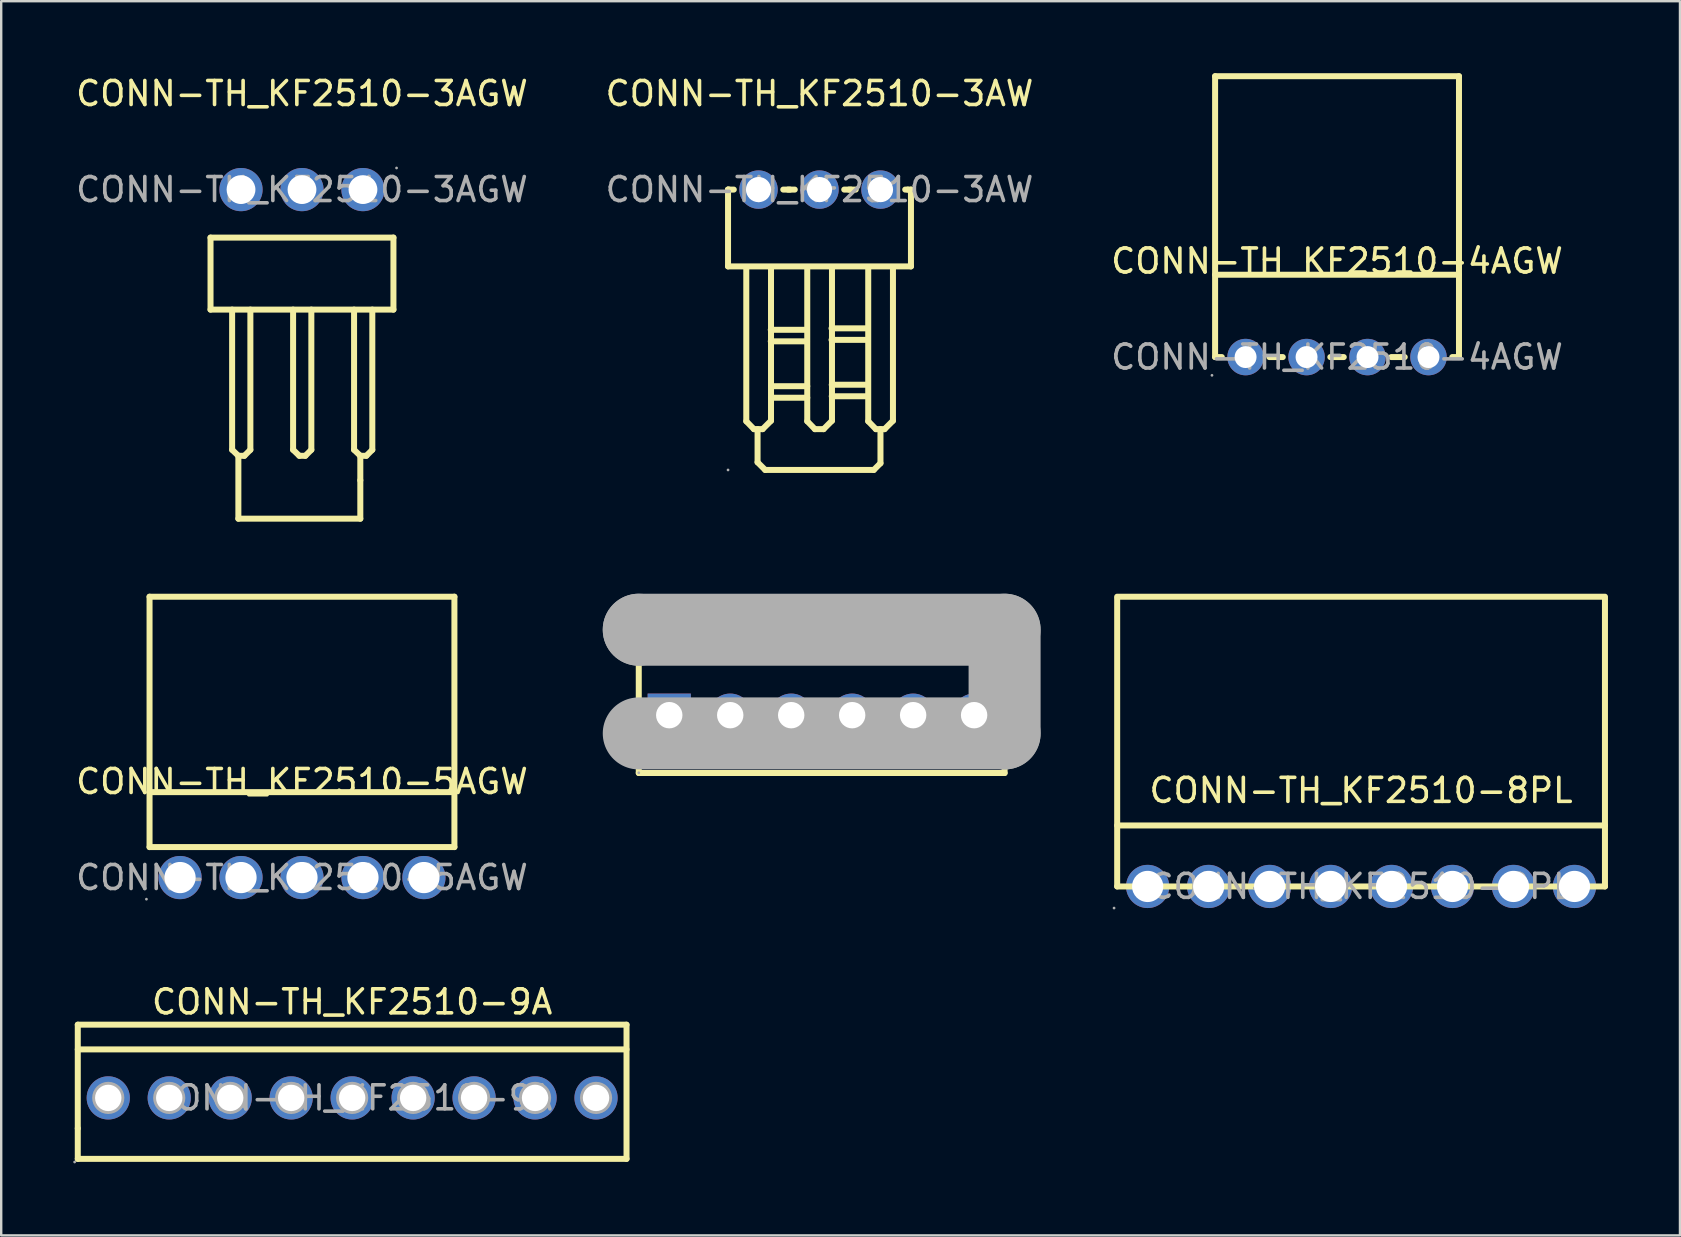
<source format=kicad_pcb>
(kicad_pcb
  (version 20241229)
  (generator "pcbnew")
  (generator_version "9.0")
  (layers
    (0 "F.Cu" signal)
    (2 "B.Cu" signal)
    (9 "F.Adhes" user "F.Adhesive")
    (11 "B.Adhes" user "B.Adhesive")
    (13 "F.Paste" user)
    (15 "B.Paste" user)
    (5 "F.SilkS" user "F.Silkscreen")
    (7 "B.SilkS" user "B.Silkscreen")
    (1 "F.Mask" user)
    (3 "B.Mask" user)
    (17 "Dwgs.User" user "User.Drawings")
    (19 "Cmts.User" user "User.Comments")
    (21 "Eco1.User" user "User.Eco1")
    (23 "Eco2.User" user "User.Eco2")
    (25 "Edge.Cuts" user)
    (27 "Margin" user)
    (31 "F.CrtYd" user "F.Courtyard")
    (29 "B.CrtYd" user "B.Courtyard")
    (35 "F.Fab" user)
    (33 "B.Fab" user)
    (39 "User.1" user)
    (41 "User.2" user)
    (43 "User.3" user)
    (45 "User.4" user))
  (footprint "CONN-TH_KF2510-6A"
    (layer "F.Cu")
    (at 31.18 26.743)
    (property "Reference" "CONN-TH_KF2510-6A" (at 0 -4 0) (layer "F.SilkS") (effects (font (size 1 1) (thickness 0.15))))
    (attr through_hole)
    (fp_line (start -7.62 -3.56) (end -7.62 0.76) (stroke (width 0.25) (type solid)) (layer "F.SilkS"))
    (fp_line (start -7.62 0.76) (end -7.62 2.41) (stroke (width 0.25) (type solid)) (layer "F.SilkS"))
    (fp_line (start -7.62 2.41) (end 7.62 2.41) (stroke (width 0.25) (type solid)) (layer "F.SilkS"))
    (fp_line (start 7.62 -3.56) (end -7.62 -3.56) (stroke (width 0.25) (type solid)) (layer "F.SilkS"))
    (fp_line (start 7.62 2.41) (end 7.62 -3.56) (stroke (width 0.25) (type solid)) (layer "F.SilkS"))
    (fp_line (start -7.62 -3.56) (end -7.62 -3.56) (stroke (width 3) (type solid)) (layer "F.Fab"))
    (fp_line (start -7.62 -3.56) (end 7.62 -3.56) (stroke (width 3) (type solid)) (layer "F.Fab"))
    (fp_line (start 7.62 -3.56) (end 7.62 0.76) (stroke (width 3) (type solid)) (layer "F.Fab"))
    (fp_line (start 7.62 0.76) (end -7.62 0.76) (stroke (width 3) (type solid)) (layer "F.Fab"))
    (fp_circle (center -7.62 2.4) (end -7.59 2.4) (stroke (width 0.06) (type solid)) (fill no) (layer "F.Fab"))
    (fp_text user "${REFERENCE}" (at 0 0 0) (layer "F.Fab") (effects (font (size 1 1) (thickness 0.15))))
    (pad "1" thru_hole rect (at -6.35 0 90) (size 1.8 1.8) (drill 1.1) (layers "*.Cu" "*.Paste" "*.Mask"))
    (pad "2" thru_hole circle (at -3.81 0 90) (size 1.8 1.8) (drill 1.1) (layers "*.Cu" "*.Paste" "*.Mask"))
    (pad "3" thru_hole circle (at -1.27 0 90) (size 1.8 1.8) (drill 1.1) (layers "*.Cu" "*.Paste" "*.Mask"))
    (pad "4" thru_hole circle (at 1.27 0 90) (size 1.8 1.8) (drill 1.1) (layers "*.Cu" "*.Paste" "*.Mask"))
    (pad "5" thru_hole circle (at 3.81 0 90) (size 1.8 1.8) (drill 1.1) (layers "*.Cu" "*.Paste" "*.Mask"))
    (pad "6" thru_hole circle (at 6.35 0 90) (size 1.8 1.8) (drill 1.1) (layers "*.Cu" "*.Paste" "*.Mask")))
  (footprint "CONN-TH_KF2510-3AW"
    (layer "F.Cu")
    (at 31.089 4.848)
    (property "Reference" "CONN-TH_KF2510-3AW" (at 0 -4 0) (layer "F.SilkS") (effects (font (size 1 1) (thickness 0.15))))
    (attr through_hole)
    (fp_line (start -3.81 0) (end -3.77 0) (stroke (width 0.25) (type solid)) (layer "F.SilkS"))
    (fp_line (start -3.81 0) (end -3.57 0) (stroke (width 0.25) (type solid)) (layer "F.SilkS"))
    (fp_line (start -3.81 3.2) (end -3.81 0) (stroke (width 0.25) (type solid)) (layer "F.SilkS"))
    (fp_line (start -3.81 3.2) (end 3.81 3.2) (stroke (width 0.25) (type solid)) (layer "F.SilkS"))
    (fp_line (start -3.05 3.3) (end -3.05 9.65) (stroke (width 0.25) (type solid)) (layer "F.SilkS"))
    (fp_line (start -3.05 9.65) (end -2.73 9.98) (stroke (width 0.25) (type solid)) (layer "F.SilkS"))
    (fp_line (start -2.73 9.98) (end -2.37 9.98) (stroke (width 0.25) (type solid)) (layer "F.SilkS"))
    (fp_line (start -2.58 9.98) (end -2.58 11.36) (stroke (width 0.25) (type solid)) (layer "F.SilkS"))
    (fp_line (start -2.58 11.36) (end -2.26 11.68) (stroke (width 0.25) (type solid)) (layer "F.SilkS"))
    (fp_line (start -2.26 11.68) (end 2.26 11.68) (stroke (width 0.25) (type solid)) (layer "F.SilkS"))
    (fp_line (start -2.03 5.84) (end -0.52 5.84) (stroke (width 0.25) (type solid)) (layer "F.SilkS"))
    (fp_line (start -2.03 6.32) (end -0.52 6.32) (stroke (width 0.25) (type solid)) (layer "F.SilkS"))
    (fp_line (start -2.02 3.3) (end -2.02 9.63) (stroke (width 0.25) (type solid)) (layer "F.SilkS"))
    (fp_line (start -2.02 8.19) (end -0.51 8.19) (stroke (width 0.25) (type solid)) (layer "F.SilkS"))
    (fp_line (start -2.02 8.67) (end -0.51 8.67) (stroke (width 0.25) (type solid)) (layer "F.SilkS"))
    (fp_line (start -2.02 9.63) (end -2.37 9.98) (stroke (width 0.25) (type solid)) (layer "F.SilkS"))
    (fp_line (start -1.51 0) (end -1.03 0) (stroke (width 0.25) (type solid)) (layer "F.SilkS"))
    (fp_line (start -1.31 0) (end -1.23 0) (stroke (width 0.25) (type solid)) (layer "F.SilkS"))
    (fp_line (start -0.51 3.3) (end -0.51 9.65) (stroke (width 0.25) (type solid)) (layer "F.SilkS"))
    (fp_line (start -0.51 9.65) (end -0.19 9.98) (stroke (width 0.25) (type solid)) (layer "F.SilkS"))
    (fp_line (start -0.19 9.98) (end 0.17 9.98) (stroke (width 0.25) (type solid)) (layer "F.SilkS"))
    (fp_line (start 0.5 5.78) (end 2.02 5.78) (stroke (width 0.25) (type solid)) (layer "F.SilkS"))
    (fp_line (start 0.5 6.26) (end 2.02 6.26) (stroke (width 0.25) (type solid)) (layer "F.SilkS"))
    (fp_line (start 0.51 8.13) (end 2.02 8.13) (stroke (width 0.25) (type solid)) (layer "F.SilkS"))
    (fp_line (start 0.51 8.61) (end 2.02 8.61) (stroke (width 0.25) (type solid)) (layer "F.SilkS"))
    (fp_line (start 0.52 3.3) (end 0.52 9.63) (stroke (width 0.25) (type solid)) (layer "F.SilkS"))
    (fp_line (start 0.52 9.63) (end 0.17 9.98) (stroke (width 0.25) (type solid)) (layer "F.SilkS"))
    (fp_line (start 1.03 0) (end 1.51 0) (stroke (width 0.25) (type solid)) (layer "F.SilkS"))
    (fp_line (start 1.23 0) (end 1.31 0) (stroke (width 0.25) (type solid)) (layer "F.SilkS"))
    (fp_line (start 2.03 3.3) (end 2.03 9.65) (stroke (width 0.25) (type solid)) (layer "F.SilkS"))
    (fp_line (start 2.03 9.65) (end 2.35 9.98) (stroke (width 0.25) (type solid)) (layer "F.SilkS"))
    (fp_line (start 2.35 9.98) (end 2.71 9.98) (stroke (width 0.25) (type solid)) (layer "F.SilkS"))
    (fp_line (start 2.54 9.98) (end 2.54 11.4) (stroke (width 0.25) (type solid)) (layer "F.SilkS"))
    (fp_line (start 2.54 11.4) (end 2.26 11.68) (stroke (width 0.25) (type solid)) (layer "F.SilkS"))
    (fp_line (start 3.06 3.3) (end 3.06 9.63) (stroke (width 0.25) (type solid)) (layer "F.SilkS"))
    (fp_line (start 3.06 9.63) (end 2.71 9.98) (stroke (width 0.25) (type solid)) (layer "F.SilkS"))
    (fp_line (start 3.57 0) (end 3.68 0) (stroke (width 0.25) (type solid)) (layer "F.SilkS"))
    (fp_line (start 3.68 0) (end 3.81 0) (stroke (width 0.25) (type solid)) (layer "F.SilkS"))
    (fp_line (start 3.81 0) (end 3.81 3.2) (stroke (width 0.25) (type solid)) (layer "F.SilkS"))
    (fp_circle (center -3.81 11.68) (end -3.78 11.68) (stroke (width 0.06) (type solid)) (fill no) (layer "F.Fab"))
    (fp_text user "${REFERENCE}" (at 0 0 0) (layer "F.Fab") (effects (font (size 1 1) (thickness 0.15))))
    (pad "1" thru_hole circle (at -2.54 0) (size 1.6 1.6) (drill 1.05) (layers "*.Cu" "*.Paste" "*.Mask"))
    (pad "2" thru_hole circle (at 0 0) (size 1.6 1.6) (drill 1.05) (layers "*.Cu" "*.Paste" "*.Mask"))
    (pad "3" thru_hole circle (at 2.54 0) (size 1.6 1.6) (drill 1.05) (layers "*.Cu" "*.Paste" "*.Mask")))
  (footprint "CONN-TH_KF2510-4AGW"
    (layer "F.Cu")
    (at 52.649 11.825)
    (property "Reference" "CONN-TH_KF2510-4AGW" (at 0 -4 0) (layer "F.SilkS") (effects (font (size 1 1) (thickness 0.15))))
    (attr through_hole)
    (fp_line (start -5.08 -11.7) (end -5.08 0) (stroke (width 0.25) (type solid)) (layer "F.SilkS"))
    (fp_line (start -5.08 -11.7) (end 5.08 -11.7) (stroke (width 0.25) (type solid)) (layer "F.SilkS"))
    (fp_line (start -5.08 -3.43) (end 5.08 -3.43) (stroke (width 0.25) (type solid)) (layer "F.SilkS"))
    (fp_line (start -4.8 0) (end -5.08 0) (stroke (width 0.25) (type solid)) (layer "F.SilkS"))
    (fp_line (start -2.26 0) (end -2.82 0) (stroke (width 0.25) (type solid)) (layer "F.SilkS"))
    (fp_line (start 0.28 0) (end -0.28 0) (stroke (width 0.25) (type solid)) (layer "F.SilkS"))
    (fp_line (start 2.82 0) (end 2.26 0) (stroke (width 0.25) (type solid)) (layer "F.SilkS"))
    (fp_line (start 5.08 -11.7) (end 5.08 0) (stroke (width 0.25) (type solid)) (layer "F.SilkS"))
    (fp_line (start 5.08 0) (end 4.8 0) (stroke (width 0.25) (type solid)) (layer "F.SilkS"))
    (fp_circle (center -5.21 0.76) (end -5.18 0.76) (stroke (width 0.06) (type solid)) (fill no) (layer "F.Fab"))
    (fp_circle (center -3.81 0) (end -3.63 0) (stroke (width 0.36) (type solid)) (fill no) (layer "F.Fab"))
    (fp_circle (center -1.27 0) (end -1.09 0) (stroke (width 0.36) (type solid)) (fill no) (layer "F.Fab"))
    (fp_circle (center 1.27 0) (end 1.45 0) (stroke (width 0.36) (type solid)) (fill no) (layer "F.Fab"))
    (fp_circle (center 3.81 0) (end 3.99 0) (stroke (width 0.36) (type solid)) (fill no) (layer "F.Fab"))
    (fp_text user "${REFERENCE}" (at 0 0 0) (layer "F.Fab") (effects (font (size 1 1) (thickness 0.15))))
    (pad "1" thru_hole circle (at -3.81 0 90) (size 1.52 1.52) (drill 0.914) (layers "*.Cu" "*.Paste" "*.Mask"))
    (pad "2" thru_hole circle (at -1.27 0 90) (size 1.52 1.52) (drill 0.914) (layers "*.Cu" "*.Paste" "*.Mask"))
    (pad "3" thru_hole circle (at 1.27 0 90) (size 1.52 1.52) (drill 0.914) (layers "*.Cu" "*.Paste" "*.Mask"))
    (pad "4" thru_hole circle (at 3.81 0 90) (size 1.52 1.52) (drill 0.914) (layers "*.Cu" "*.Paste" "*.Mask")))
  (footprint "CONN-TH_KF2510-5AGW"
    (layer "F.Cu")
    (at 9.53 33.508)
    (property "Reference" "CONN-TH_KF2510-5AGW" (at 0 -4 0) (layer "F.SilkS") (effects (font (size 1 1) (thickness 0.15))))
    (attr through_hole)
    (fp_line (start -6.35 -3.56) (end 6.35 -3.56) (stroke (width 0.25) (type solid)) (layer "F.SilkS"))
    (fp_line (start -6.35 -1.27) (end -6.35 -11.7) (stroke (width 0.25) (type solid)) (layer "F.SilkS"))
    (fp_line (start -6.35 -1.27) (end 6.35 -1.27) (stroke (width 0.25) (type solid)) (layer "F.SilkS"))
    (fp_line (start 6.35 -11.7) (end -6.35 -11.7) (stroke (width 0.25) (type solid)) (layer "F.SilkS"))
    (fp_line (start 6.35 -1.27) (end 6.35 -11.7) (stroke (width 0.25) (type solid)) (layer "F.SilkS"))
    (fp_circle (center -6.48 0.9) (end -6.45 0.9) (stroke (width 0.06) (type solid)) (fill no) (layer "F.Fab"))
    (fp_circle (center -5.08 0) (end -4.8 0) (stroke (width 0.55) (type solid)) (fill no) (layer "F.Fab"))
    (fp_circle (center -2.54 0) (end -2.26 0) (stroke (width 0.55) (type solid)) (fill no) (layer "F.Fab"))
    (fp_circle (center 0 0) (end 0.28 0) (stroke (width 0.55) (type solid)) (fill no) (layer "F.Fab"))
    (fp_circle (center 2.54 0) (end 2.82 0) (stroke (width 0.55) (type solid)) (fill no) (layer "F.Fab"))
    (fp_circle (center 5.08 0) (end 5.36 0) (stroke (width 0.55) (type solid)) (fill no) (layer "F.Fab"))
    (fp_text user "${REFERENCE}" (at 0 0 0) (layer "F.Fab") (effects (font (size 1 1) (thickness 0.15))))
    (pad "1" thru_hole circle (at -5.08 0 90) (size 1.8 1.8) (drill 1.3) (layers "*.Cu" "*.Paste" "*.Mask"))
    (pad "2" thru_hole circle (at -2.54 0 90) (size 1.8 1.8) (drill 1.3) (layers "*.Cu" "*.Paste" "*.Mask"))
    (pad "3" thru_hole circle (at 0 0 90) (size 1.8 1.8) (drill 1.3) (layers "*.Cu" "*.Paste" "*.Mask"))
    (pad "4" thru_hole circle (at 2.54 0 90) (size 1.8 1.8) (drill 1.3) (layers "*.Cu" "*.Paste" "*.Mask"))
    (pad "5" thru_hole circle (at 5.08 0 90) (size 1.8 1.8) (drill 1.3) (layers "*.Cu" "*.Paste" "*.Mask")))
  (footprint "CONN-TH_KF2510-8PL"
    (layer "F.Cu")
    (at 53.65 33.878)
    (property "Reference" "CONN-TH_KF2510-8PL" (at 0 -4 0) (layer "F.SilkS") (effects (font (size 1 1) (thickness 0.15))))
    (attr through_hole)
    (fp_line (start -10.16 -12.07) (end 10.16 -12.07) (stroke (width 0.25) (type solid)) (layer "F.SilkS"))
    (fp_line (start -10.16 -2.54) (end 10.16 -2.54) (stroke (width 0.25) (type solid)) (layer "F.SilkS"))
    (fp_line (start -10.16 0) (end -10.16 -12) (stroke (width 0.25) (type solid)) (layer "F.SilkS"))
    (fp_line (start -10.16 0) (end 10.16 0) (stroke (width 0.25) (type solid)) (layer "F.SilkS"))
    (fp_line (start 10.16 0) (end 10.16 -12) (stroke (width 0.25) (type solid)) (layer "F.SilkS"))
    (fp_circle (center -10.29 0.9) (end -10.26 0.9) (stroke (width 0.06) (type solid)) (fill no) (layer "F.Fab"))
    (fp_circle (center -8.89 0) (end -8.61 0) (stroke (width 0.55) (type solid)) (fill no) (layer "F.Fab"))
    (fp_circle (center -6.35 0) (end -6.07 0) (stroke (width 0.55) (type solid)) (fill no) (layer "F.Fab"))
    (fp_circle (center -3.81 0) (end -3.53 0) (stroke (width 0.55) (type solid)) (fill no) (layer "F.Fab"))
    (fp_circle (center -1.27 0) (end -0.99 0) (stroke (width 0.55) (type solid)) (fill no) (layer "F.Fab"))
    (fp_circle (center 1.27 0) (end 1.55 0) (stroke (width 0.55) (type solid)) (fill no) (layer "F.Fab"))
    (fp_circle (center 3.81 0) (end 4.09 0) (stroke (width 0.55) (type solid)) (fill no) (layer "F.Fab"))
    (fp_circle (center 6.35 0) (end 6.63 0) (stroke (width 0.55) (type solid)) (fill no) (layer "F.Fab"))
    (fp_circle (center 8.89 0) (end 9.17 0) (stroke (width 0.55) (type solid)) (fill no) (layer "F.Fab"))
    (fp_text user "${REFERENCE}" (at 0 0 0) (layer "F.Fab") (effects (font (size 1 1) (thickness 0.15))))
    (pad "1" thru_hole circle (at -8.89 0 90) (size 1.8 1.8) (drill 1.3) (layers "*.Cu" "*.Paste" "*.Mask"))
    (pad "2" thru_hole circle (at -6.35 0 90) (size 1.8 1.8) (drill 1.3) (layers "*.Cu" "*.Paste" "*.Mask"))
    (pad "3" thru_hole circle (at -3.81 0 90) (size 1.8 1.8) (drill 1.3) (layers "*.Cu" "*.Paste" "*.Mask"))
    (pad "4" thru_hole circle (at -1.27 0 90) (size 1.8 1.8) (drill 1.3) (layers "*.Cu" "*.Paste" "*.Mask"))
    (pad "5" thru_hole circle (at 1.27 0 90) (size 1.8 1.8) (drill 1.3) (layers "*.Cu" "*.Paste" "*.Mask"))
    (pad "6" thru_hole circle (at 3.81 0 90) (size 1.8 1.8) (drill 1.3) (layers "*.Cu" "*.Paste" "*.Mask"))
    (pad "7" thru_hole circle (at 6.35 0 90) (size 1.8 1.8) (drill 1.3) (layers "*.Cu" "*.Paste" "*.Mask"))
    (pad "8" thru_hole circle (at 8.89 0 90) (size 1.8 1.8) (drill 1.3) (layers "*.Cu" "*.Paste" "*.Mask")))
  (footprint "CONN-TH_KF2510-9A"
    (layer "F.Cu")
    (at 11.62 42.687)
    (property "Reference" "CONN-TH_KF2510-9A" (at 0 -4 0) (layer "F.SilkS") (effects (font (size 1 1) (thickness 0.15))))
    (attr through_hole)
    (fp_line (start -11.43 -3.05) (end -11.43 1.27) (stroke (width 0.25) (type solid)) (layer "F.SilkS"))
    (fp_line (start -11.43 -2.02) (end 11.43 -2.02) (stroke (width 0.25) (type solid)) (layer "F.SilkS"))
    (fp_line (start -11.43 1.27) (end -11.43 2.54) (stroke (width 0.25) (type solid)) (layer "F.SilkS"))
    (fp_line (start -11.43 2.54) (end 11.43 2.54) (stroke (width 0.25) (type solid)) (layer "F.SilkS"))
    (fp_line (start 11.43 -3.05) (end -11.43 -3.05) (stroke (width 0.25) (type solid)) (layer "F.SilkS"))
    (fp_line (start 11.43 2.54) (end 11.43 -3.05) (stroke (width 0.25) (type solid)) (layer "F.SilkS"))
    (fp_circle (center -11.56 2.67) (end -11.53 2.67) (stroke (width 0.06) (type solid)) (fill no) (layer "F.Fab"))
    (fp_circle (center -10.16 0) (end -9.94 0) (stroke (width 0.45) (type solid)) (fill no) (layer "F.Fab"))
    (fp_circle (center -7.62 0) (end -7.4 0) (stroke (width 0.45) (type solid)) (fill no) (layer "F.Fab"))
    (fp_circle (center -5.08 0) (end -4.86 0) (stroke (width 0.45) (type solid)) (fill no) (layer "F.Fab"))
    (fp_circle (center -2.54 0) (end -2.32 0) (stroke (width 0.45) (type solid)) (fill no) (layer "F.Fab"))
    (fp_circle (center 0 0) (end 0.22 0) (stroke (width 0.45) (type solid)) (fill no) (layer "F.Fab"))
    (fp_circle (center 2.54 0) (end 2.76 0) (stroke (width 0.45) (type solid)) (fill no) (layer "F.Fab"))
    (fp_circle (center 5.08 0) (end 5.3 0) (stroke (width 0.45) (type solid)) (fill no) (layer "F.Fab"))
    (fp_circle (center 7.62 0) (end 7.84 0) (stroke (width 0.45) (type solid)) (fill no) (layer "F.Fab"))
    (fp_circle (center 10.16 0) (end 10.38 0) (stroke (width 0.45) (type solid)) (fill no) (layer "F.Fab"))
    (fp_text user "${REFERENCE}" (at 0 0 0) (layer "F.Fab") (effects (font (size 1 1) (thickness 0.15))))
    (pad "1" thru_hole circle (at -10.16 0 90) (size 1.8 1.8) (drill 1.1) (layers "*.Cu" "*.Paste" "*.Mask"))
    (pad "2" thru_hole circle (at -7.62 0 90) (size 1.8 1.8) (drill 1.1) (layers "*.Cu" "*.Paste" "*.Mask"))
    (pad "3" thru_hole circle (at -5.08 0 90) (size 1.8 1.8) (drill 1.1) (layers "*.Cu" "*.Paste" "*.Mask"))
    (pad "4" thru_hole circle (at -2.54 0 90) (size 1.8 1.8) (drill 1.1) (layers "*.Cu" "*.Paste" "*.Mask"))
    (pad "5" thru_hole circle (at 0 0 90) (size 1.8 1.8) (drill 1.1) (layers "*.Cu" "*.Paste" "*.Mask"))
    (pad "6" thru_hole circle (at 2.54 0 90) (size 1.8 1.8) (drill 1.1) (layers "*.Cu" "*.Paste" "*.Mask"))
    (pad "7" thru_hole circle (at 5.08 0 90) (size 1.8 1.8) (drill 1.1) (layers "*.Cu" "*.Paste" "*.Mask"))
    (pad "8" thru_hole circle (at 7.62 0 90) (size 1.8 1.8) (drill 1.1) (layers "*.Cu" "*.Paste" "*.Mask"))
    (pad "9" thru_hole circle (at 10.16 0 90) (size 1.8 1.8) (drill 1.1) (layers "*.Cu" "*.Paste" "*.Mask")))
  (footprint "CONN-TH_KF2510-3AGW"
    (layer "F.Cu")
    (at 9.53 4.848)
    (property "Reference" "CONN-TH_KF2510-3AGW" (at 0 -4 0) (layer "F.SilkS") (effects (font (size 1 1) (thickness 0.15))))
    (attr through_hole)
    (fp_line (start -3.81 2) (end -3.81 5) (stroke (width 0.25) (type solid)) (layer "F.SilkS"))
    (fp_line (start -3.81 2) (end 3.81 2) (stroke (width 0.25) (type solid)) (layer "F.SilkS"))
    (fp_line (start -2.91 10.84) (end -2.91 5) (stroke (width 0.25) (type solid)) (layer "F.SilkS"))
    (fp_line (start -2.65 11.09) (end -2.91 10.84) (stroke (width 0.25) (type solid)) (layer "F.SilkS"))
    (fp_line (start -2.65 13.71) (end -2.65 11.09) (stroke (width 0.25) (type solid)) (layer "F.SilkS"))
    (fp_line (start -2.4 11.09) (end -2.65 11.09) (stroke (width 0.25) (type solid)) (layer "F.SilkS"))
    (fp_line (start -2.15 5) (end -2.15 10.84) (stroke (width 0.25) (type solid)) (layer "F.SilkS"))
    (fp_line (start -2.15 10.84) (end -2.4 11.09) (stroke (width 0.25) (type solid)) (layer "F.SilkS"))
    (fp_line (start -0.37 10.84) (end -0.37 5) (stroke (width 0.25) (type solid)) (layer "F.SilkS"))
    (fp_line (start -0.11 11.09) (end -0.37 10.84) (stroke (width 0.25) (type solid)) (layer "F.SilkS"))
    (fp_line (start 0.14 11.09) (end -0.11 11.09) (stroke (width 0.25) (type solid)) (layer "F.SilkS"))
    (fp_line (start 0.39 5) (end 0.39 10.84) (stroke (width 0.25) (type solid)) (layer "F.SilkS"))
    (fp_line (start 0.39 10.84) (end 0.14 11.09) (stroke (width 0.25) (type solid)) (layer "F.SilkS"))
    (fp_line (start 2.17 10.84) (end 2.17 5) (stroke (width 0.25) (type solid)) (layer "F.SilkS"))
    (fp_line (start 2.43 11.09) (end 2.17 10.84) (stroke (width 0.25) (type solid)) (layer "F.SilkS"))
    (fp_line (start 2.43 12.11) (end 2.43 11.09) (stroke (width 0.25) (type solid)) (layer "F.SilkS"))
    (fp_line (start 2.43 12.11) (end 2.43 13.71) (stroke (width 0.25) (type solid)) (layer "F.SilkS"))
    (fp_line (start 2.43 13.71) (end -2.65 13.71) (stroke (width 0.25) (type solid)) (layer "F.SilkS"))
    (fp_line (start 2.68 11.09) (end 2.43 11.09) (stroke (width 0.25) (type solid)) (layer "F.SilkS"))
    (fp_line (start 2.93 5) (end 2.93 10.84) (stroke (width 0.25) (type solid)) (layer "F.SilkS"))
    (fp_line (start 2.93 10.84) (end 2.68 11.09) (stroke (width 0.25) (type solid)) (layer "F.SilkS"))
    (fp_line (start 3.81 2) (end 3.81 5) (stroke (width 0.25) (type solid)) (layer "F.SilkS"))
    (fp_line (start 3.81 5) (end -3.81 5) (stroke (width 0.25) (type solid)) (layer "F.SilkS"))
    (fp_circle (center -2.54 0) (end -2.29 0) (stroke (width 0.5) (type solid)) (fill no) (layer "F.Fab"))
    (fp_circle (center 0 0) (end 0.25 0) (stroke (width 0.5) (type solid)) (fill no) (layer "F.Fab"))
    (fp_circle (center 2.54 0) (end 2.79 0) (stroke (width 0.5) (type solid)) (fill no) (layer "F.Fab"))
    (fp_circle (center 3.94 -0.9) (end 3.97 -0.9) (stroke (width 0.06) (type solid)) (fill no) (layer "F.Fab"))
    (fp_text user "${REFERENCE}" (at 0 0 0) (layer "F.Fab") (effects (font (size 1 1) (thickness 0.15))))
    (pad "1" thru_hole circle (at 2.54 0 180) (size 1.8 1.8) (drill 1.2) (layers "*.Cu" "*.Paste" "*.Mask"))
    (pad "2" thru_hole circle (at 0 0 180) (size 1.8 1.8) (drill 1.2) (layers "*.Cu" "*.Paste" "*.Mask"))
    (pad "3" thru_hole circle (at -2.54 0 180) (size 1.8 1.8) (drill 1.2) (layers "*.Cu" "*.Paste" "*.Mask")))
  (gr_rect
    (start -3 -3)
    (end 66.935 48.416)
    (stroke (width 0.1) (type default))
    (fill no)
    (layer "Edge.Cuts")))
</source>
